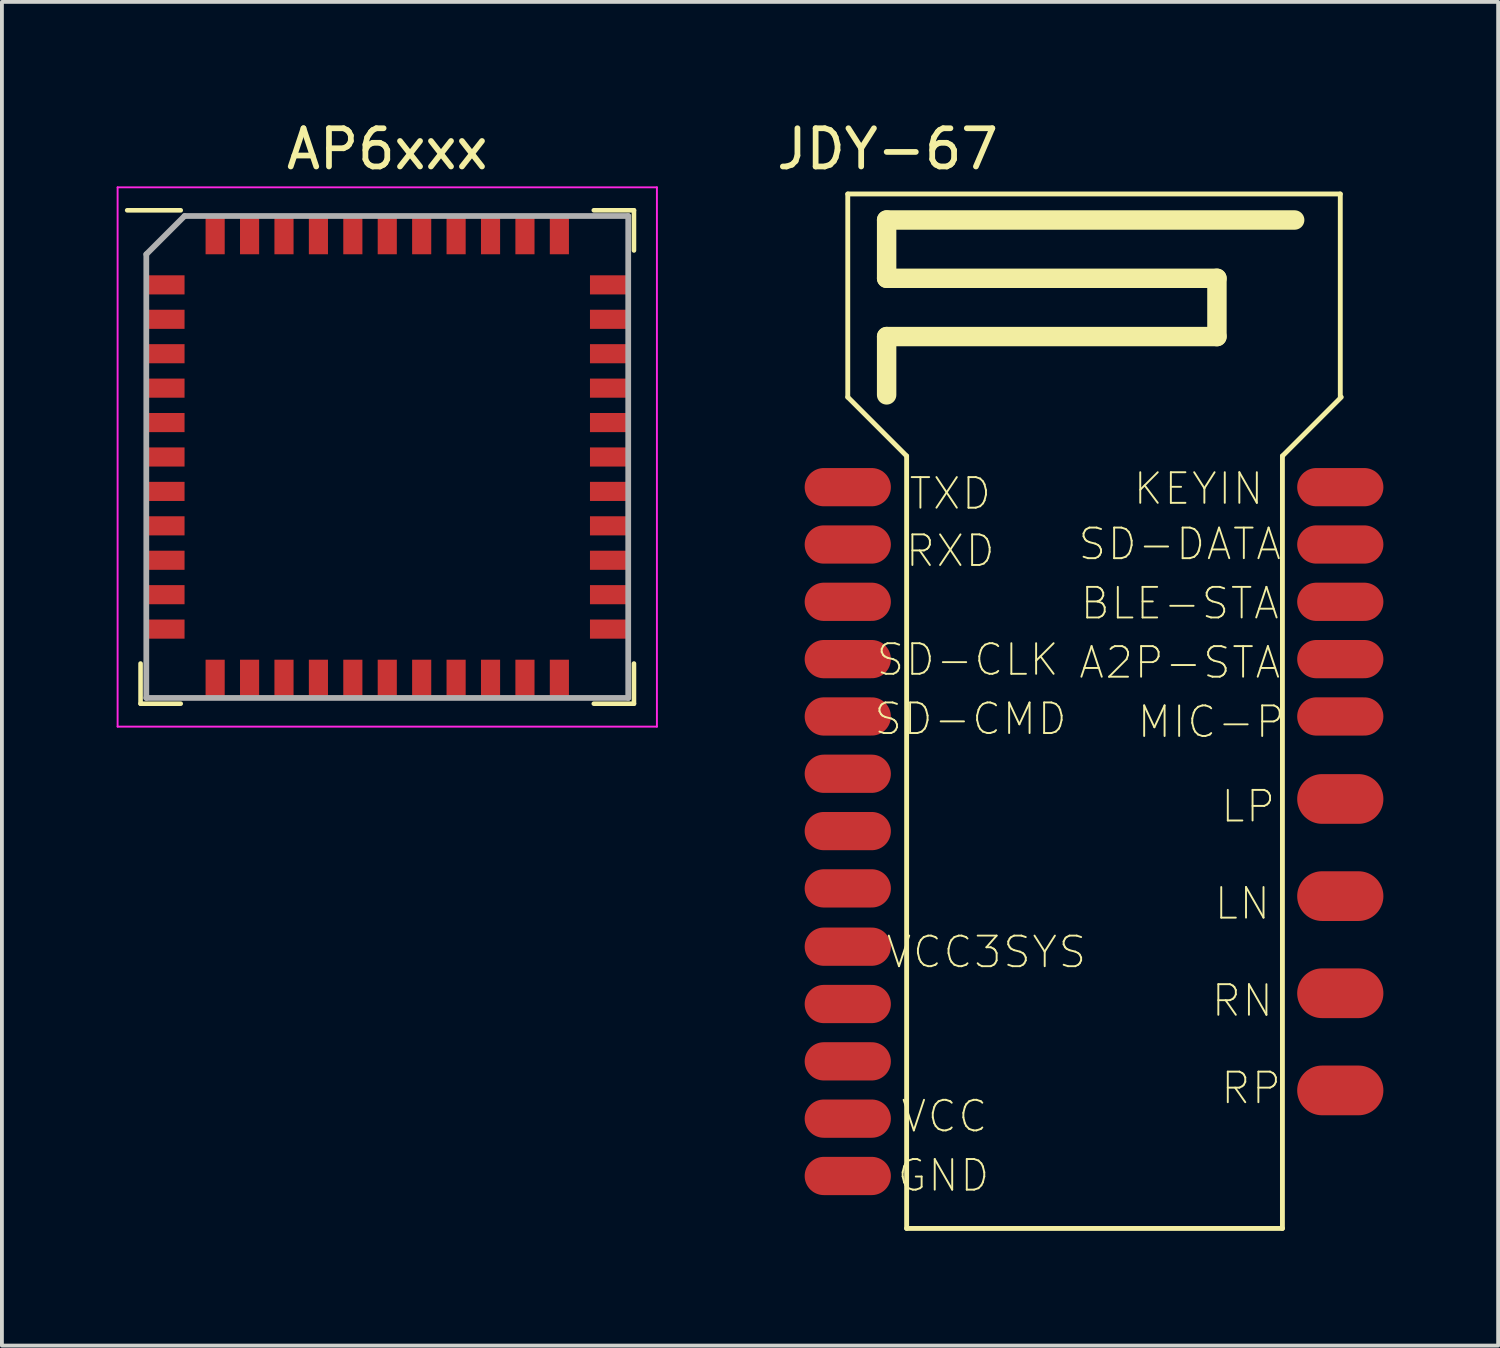
<source format=kicad_pcb>
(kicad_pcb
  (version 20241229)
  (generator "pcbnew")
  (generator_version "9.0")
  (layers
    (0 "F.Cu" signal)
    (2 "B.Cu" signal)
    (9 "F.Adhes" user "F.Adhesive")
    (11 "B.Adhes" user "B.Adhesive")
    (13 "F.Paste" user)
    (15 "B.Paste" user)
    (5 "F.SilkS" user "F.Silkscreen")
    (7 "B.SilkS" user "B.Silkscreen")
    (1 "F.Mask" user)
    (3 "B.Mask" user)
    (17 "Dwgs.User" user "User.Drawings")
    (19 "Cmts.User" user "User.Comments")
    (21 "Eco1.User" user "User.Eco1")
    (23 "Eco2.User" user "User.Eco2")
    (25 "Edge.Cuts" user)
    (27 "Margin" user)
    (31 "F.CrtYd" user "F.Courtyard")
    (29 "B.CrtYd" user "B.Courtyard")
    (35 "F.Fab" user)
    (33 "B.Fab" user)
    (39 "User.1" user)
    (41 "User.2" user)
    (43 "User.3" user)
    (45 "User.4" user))
  (footprint "JDY-67"
    (layer "F.Cu")
    (at 26.887 15.453)
    (property "Reference" "JDY-67" (at -6.731 -14.605 0) (layer "F.SilkS") (effects (font (size 1 1) (thickness 0.15))))
    (attr through_hole)
    (fp_line (start -7.772 -13.431) (end 5.105 -13.431) (stroke (width 0.127) (type solid)) (layer "F.SilkS"))
    (fp_line (start -7.772 -8.12) (end -7.772 -13.431) (stroke (width 0.127) (type solid)) (layer "F.SilkS"))
    (fp_line (start -7.772 -8.12) (end -6.233 -6.581) (stroke (width 0.127) (type solid)) (layer "F.SilkS"))
    (fp_line (start -6.756 -12.751) (end 3.912 -12.751) (stroke (width 0.508) (type solid)) (layer "F.SilkS"))
    (fp_line (start -6.756 -11.227) (end -6.756 -12.751) (stroke (width 0.508) (type solid)) (layer "F.SilkS"))
    (fp_line (start -6.756 -11.227) (end 1.88 -11.227) (stroke (width 0.508) (type solid)) (layer "F.SilkS"))
    (fp_line (start -6.756 -9.703) (end 1.88 -9.703) (stroke (width 0.508) (type solid)) (layer "F.SilkS"))
    (fp_line (start -6.756 -8.179) (end -6.756 -9.703) (stroke (width 0.508) (type solid)) (layer "F.SilkS"))
    (fp_line (start -6.233 13.614) (end -6.233 -6.581) (stroke (width 0.127) (type solid)) (layer "F.SilkS"))
    (fp_line (start -6.233 13.614) (end 3.592 13.614) (stroke (width 0.127) (type solid)) (layer "F.SilkS"))
    (fp_line (start 1.88 -9.703) (end 1.88 -11.227) (stroke (width 0.508) (type solid)) (layer "F.SilkS"))
    (fp_line (start 3.592 -6.581) (end 5.131 -8.12) (stroke (width 0.127) (type solid)) (layer "F.SilkS"))
    (fp_line (start 3.592 13.614) (end 3.592 -6.581) (stroke (width 0.127) (type solid)) (layer "F.SilkS"))
    (fp_line (start 5.105 -8.12) (end 5.105 -13.431) (stroke (width 0.127) (type solid)) (layer "F.SilkS"))
    (fp_text user "LN" (at 2.545 5.121 0) (layer "F.SilkS") (effects (font (size 0.8 0.8) (thickness 0.05))))
    (fp_text user "KEYIN" (at 1.399 -5.724 0) (layer "F.SilkS") (effects (font (size 0.8 0.8) (thickness 0.05))))
    (fp_text user "LP" (at 2.697 2.581 0) (layer "F.SilkS") (effects (font (size 0.8 0.8) (thickness 0.05))))
    (fp_text user "SD-CLK" (at -4.638 -1.254 0) (layer "F.SilkS") (effects (font (size 0.8 0.8) (thickness 0.05))))
    (fp_text user "RN" (at 2.545 7.661 0) (layer "F.SilkS") (effects (font (size 0.8 0.8) (thickness 0.05))))
    (fp_text user "SD-CMD" (at -4.562 0.295 0) (layer "F.SilkS") (effects (font (size 0.8 0.8) (thickness 0.05))))
    (fp_text user "RP" (at 2.773 9.947 0) (layer "F.SilkS") (effects (font (size 0.8 0.8) (thickness 0.05))))
    (fp_text user "GND" (at -5.27 12.233 0) (layer "F.SilkS") (effects (font (size 0.8 0.8) (thickness 0.05))))
    (fp_text user "VCC3SYS" (at -4.147 6.391 0) (layer "F.SilkS") (effects (font (size 0.8 0.8) (thickness 0.05))))
    (fp_text user "TXD" (at -5.092 -5.597 0) (layer "F.SilkS") (effects (font (size 0.8 0.8) (thickness 0.05))))
    (fp_text user "SD-DATA" (at 0.907 -4.277 0) (layer "F.SilkS") (effects (font (size 0.8 0.8) (thickness 0.05))))
    (fp_text user "A2P-STA" (at 0.907 -1.178 0) (layer "F.SilkS") (effects (font (size 0.8 0.8) (thickness 0.05))))
    (fp_text user "MIC-P" (at 1.73 0.372 0) (layer "F.SilkS") (effects (font (size 0.8 0.8) (thickness 0.05))))
    (fp_text user "RXD" (at -5.092 -4.099 0) (layer "F.SilkS") (effects (font (size 0.8 0.8) (thickness 0.05))))
    (fp_text user "VCC" (at -5.245 10.684 0) (layer "F.SilkS") (effects (font (size 0.8 0.8) (thickness 0.05))))
    (fp_text user "BLE-STA" (at 0.907 -2.727 0) (layer "F.SilkS") (effects (font (size 0.8 0.8) (thickness 0.05))))
    (pad "1" smd oval (at -7.772 -5.766) (size 2.254 1) (layers "F.Cu" "F.Mask" "F.Paste"))
    (pad "2" smd oval (at -7.772 -4.267) (size 2.254 1) (layers "F.Cu" "F.Mask" "F.Paste"))
    (pad "3" smd oval (at -7.772 -2.769) (size 2.254 1) (layers "F.Cu" "F.Mask" "F.Paste"))
    (pad "4" smd oval (at -7.772 -1.27) (size 2.254 1) (layers "F.Cu" "F.Mask" "F.Paste"))
    (pad "5" smd oval (at -7.772 0.229) (size 2.254 1) (layers "F.Cu" "F.Mask" "F.Paste"))
    (pad "6" smd oval (at -7.772 1.727) (size 2.254 1) (layers "F.Cu" "F.Mask" "F.Paste"))
    (pad "7" smd oval (at -7.772 3.226) (size 2.254 1) (layers "F.Cu" "F.Mask" "F.Paste"))
    (pad "8" smd oval (at -7.772 4.724) (size 2.254 1) (layers "F.Cu" "F.Mask" "F.Paste"))
    (pad "9" smd oval (at -7.772 6.248) (size 2.254 1) (layers "F.Cu" "F.Mask" "F.Paste"))
    (pad "10" smd oval (at -7.772 7.747) (size 2.254 1) (layers "F.Cu" "F.Mask" "F.Paste"))
    (pad "11" smd oval (at -7.772 9.246) (size 2.254 1) (layers "F.Cu" "F.Mask" "F.Paste"))
    (pad "12" smd oval (at -7.772 10.744) (size 2.254 1) (layers "F.Cu" "F.Mask" "F.Paste"))
    (pad "13" smd oval (at -7.772 12.243) (size 2.254 1) (layers "F.Cu" "F.Mask" "F.Paste"))
    (pad "14" smd oval (at 5.105 10.006) (size 2.254 1.3) (layers "F.Cu" "F.Mask" "F.Paste"))
    (pad "15" smd oval (at 5.105 7.466) (size 2.254 1.3) (layers "F.Cu" "F.Mask" "F.Paste"))
    (pad "16" smd oval (at 5.105 4.926) (size 2.254 1.3) (layers "F.Cu" "F.Mask" "F.Paste"))
    (pad "17" smd oval (at 5.105 2.386) (size 2.254 1.3) (layers "F.Cu" "F.Mask" "F.Paste"))
    (pad "18" smd oval (at 5.105 0.229) (size 2.254 1) (layers "F.Cu" "F.Mask" "F.Paste"))
    (pad "19" smd oval (at 5.105 -1.27) (size 2.254 1) (layers "F.Cu" "F.Mask" "F.Paste"))
    (pad "20" smd oval (at 5.105 -2.769) (size 2.254 1) (layers "F.Cu" "F.Mask" "F.Paste"))
    (pad "21" smd oval (at 5.105 -4.267) (size 2.254 1) (layers "F.Cu" "F.Mask" "F.Paste"))
    (pad "22" smd oval (at 5.105 -5.766) (size 2.254 1) (layers "F.Cu" "F.Mask" "F.Paste")))
  (footprint "AP6xxx"
    (layer "F.Cu")
    (at 7.075 8.898)
    (property "Reference" "AP6xxx" (at 0 -8.05 0) (layer "F.SilkS") (effects (font (size 1 1) (thickness 0.15))))
    (attr smd)
    (fp_line (start -6.45 6.45) (end -6.45 5.4) (stroke (width 0.12) (type solid)) (layer "F.SilkS"))
    (fp_line (start -5.4 -6.45) (end -6.8 -6.45) (stroke (width 0.12) (type solid)) (layer "F.SilkS"))
    (fp_line (start -5.4 6.45) (end -6.45 6.45) (stroke (width 0.12) (type solid)) (layer "F.SilkS"))
    (fp_line (start 5.4 -6.45) (end 6.45 -6.45) (stroke (width 0.12) (type solid)) (layer "F.SilkS"))
    (fp_line (start 5.4 6.45) (end 6.45 6.45) (stroke (width 0.12) (type solid)) (layer "F.SilkS"))
    (fp_line (start 6.45 -6.45) (end 6.45 -5.4) (stroke (width 0.12) (type solid)) (layer "F.SilkS"))
    (fp_line (start 6.45 6.45) (end 6.45 5.4) (stroke (width 0.12) (type solid)) (layer "F.SilkS"))
    (fp_line (start -7.05 -7.05) (end 7.05 -7.05) (stroke (width 0.05) (type solid)) (layer "F.CrtYd"))
    (fp_line (start -7.05 7.05) (end -7.05 -7.05) (stroke (width 0.05) (type solid)) (layer "F.CrtYd"))
    (fp_line (start 7.05 -7.05) (end 7.05 7.05) (stroke (width 0.05) (type solid)) (layer "F.CrtYd"))
    (fp_line (start 7.05 7.05) (end -7.05 7.05) (stroke (width 0.05) (type solid)) (layer "F.CrtYd"))
    (fp_line (start -6.3 -5.3) (end -6.3 6.3) (stroke (width 0.15) (type solid)) (layer "F.Fab"))
    (fp_line (start -6.3 6.3) (end 6.3 6.3) (stroke (width 0.15) (type solid)) (layer "F.Fab"))
    (fp_line (start -5.3 -6.3) (end -6.3 -5.3) (stroke (width 0.15) (type solid)) (layer "F.Fab"))
    (fp_line (start 6.3 -6.3) (end -5.3 -6.3) (stroke (width 0.15) (type solid)) (layer "F.Fab"))
    (fp_line (start 6.3 6.3) (end 6.3 -6.3) (stroke (width 0.15) (type solid)) (layer "F.Fab"))
    (pad "1" smd rect (at -5.8 -4.5 90) (size 0.5 1) (layers "F.Cu" "F.Mask" "F.Paste"))
    (pad "2" smd rect (at -5.8 -3.6 90) (size 0.5 1) (layers "F.Cu" "F.Mask" "F.Paste"))
    (pad "3" smd rect (at -5.8 -2.7 90) (size 0.5 1) (layers "F.Cu" "F.Mask" "F.Paste"))
    (pad "4" smd rect (at -5.8 -1.8 90) (size 0.5 1) (layers "F.Cu" "F.Mask" "F.Paste"))
    (pad "5" smd rect (at -5.8 -0.9 90) (size 0.5 1) (layers "F.Cu" "F.Mask" "F.Paste"))
    (pad "6" smd rect (at -5.8 0 90) (size 0.5 1) (layers "F.Cu" "F.Mask" "F.Paste"))
    (pad "7" smd rect (at -5.8 0.9 90) (size 0.5 1) (layers "F.Cu" "F.Mask" "F.Paste"))
    (pad "8" smd rect (at -5.8 1.8 90) (size 0.5 1) (layers "F.Cu" "F.Mask" "F.Paste"))
    (pad "9" smd rect (at -5.8 2.7 90) (size 0.5 1) (layers "F.Cu" "F.Mask" "F.Paste"))
    (pad "10" smd rect (at -5.8 3.6 90) (size 0.5 1) (layers "F.Cu" "F.Mask" "F.Paste"))
    (pad "11" smd rect (at -5.8 4.5 90) (size 0.5 1) (layers "F.Cu" "F.Mask" "F.Paste"))
    (pad "12" smd rect (at -4.5 5.8) (size 0.5 1) (layers "F.Cu" "F.Mask" "F.Paste"))
    (pad "13" smd rect (at -3.6 5.8) (size 0.5 1) (layers "F.Cu" "F.Mask" "F.Paste"))
    (pad "14" smd rect (at -2.7 5.8) (size 0.5 1) (layers "F.Cu" "F.Mask" "F.Paste"))
    (pad "15" smd rect (at -1.8 5.8) (size 0.5 1) (layers "F.Cu" "F.Mask" "F.Paste"))
    (pad "16" smd rect (at -0.9 5.8) (size 0.5 1) (layers "F.Cu" "F.Mask" "F.Paste"))
    (pad "17" smd rect (at 0 5.8) (size 0.5 1) (layers "F.Cu" "F.Mask" "F.Paste"))
    (pad "18" smd rect (at 0.9 5.8) (size 0.5 1) (layers "F.Cu" "F.Mask" "F.Paste"))
    (pad "19" smd rect (at 1.8 5.8) (size 0.5 1) (layers "F.Cu" "F.Mask" "F.Paste"))
    (pad "20" smd rect (at 2.7 5.8) (size 0.5 1) (layers "F.Cu" "F.Mask" "F.Paste"))
    (pad "21" smd rect (at 3.6 5.8) (size 0.5 1) (layers "F.Cu" "F.Mask" "F.Paste"))
    (pad "22" smd rect (at 4.5 5.8) (size 0.5 1) (layers "F.Cu" "F.Mask" "F.Paste"))
    (pad "23" smd rect (at 5.8 4.5 90) (size 0.5 1) (layers "F.Cu" "F.Mask" "F.Paste"))
    (pad "24" smd rect (at 5.8 3.6 90) (size 0.5 1) (layers "F.Cu" "F.Mask" "F.Paste"))
    (pad "25" smd rect (at 5.8 2.7 90) (size 0.5 1) (layers "F.Cu" "F.Mask" "F.Paste"))
    (pad "26" smd rect (at 5.8 1.8 90) (size 0.5 1) (layers "F.Cu" "F.Mask" "F.Paste"))
    (pad "27" smd rect (at 5.8 0.9 90) (size 0.5 1) (layers "F.Cu" "F.Mask" "F.Paste"))
    (pad "28" smd rect (at 5.8 0 90) (size 0.5 1) (layers "F.Cu" "F.Mask" "F.Paste"))
    (pad "29" smd rect (at 5.8 -0.9 90) (size 0.5 1) (layers "F.Cu" "F.Mask" "F.Paste"))
    (pad "30" smd rect (at 5.8 -1.8 90) (size 0.5 1) (layers "F.Cu" "F.Mask" "F.Paste"))
    (pad "31" smd rect (at 5.8 -2.7 90) (size 0.5 1) (layers "F.Cu" "F.Mask" "F.Paste"))
    (pad "32" smd rect (at 5.8 -3.6 90) (size 0.5 1) (layers "F.Cu" "F.Mask" "F.Paste"))
    (pad "33" smd rect (at 5.8 -4.5 90) (size 0.5 1) (layers "F.Cu" "F.Mask" "F.Paste"))
    (pad "34" smd rect (at 4.5 -5.8) (size 0.5 1) (layers "F.Cu" "F.Mask" "F.Paste"))
    (pad "35" smd rect (at 3.6 -5.8) (size 0.5 1) (layers "F.Cu" "F.Mask" "F.Paste"))
    (pad "36" smd rect (at 2.7 -5.8) (size 0.5 1) (layers "F.Cu" "F.Mask" "F.Paste"))
    (pad "37" smd rect (at 1.8 -5.8) (size 0.5 1) (layers "F.Cu" "F.Mask" "F.Paste"))
    (pad "38" smd rect (at 0.9 -5.8) (size 0.5 1) (layers "F.Cu" "F.Mask" "F.Paste"))
    (pad "39" smd rect (at 0 -5.8) (size 0.5 1) (layers "F.Cu" "F.Mask" "F.Paste"))
    (pad "40" smd rect (at -0.9 -5.8) (size 0.5 1) (layers "F.Cu" "F.Mask" "F.Paste"))
    (pad "41" smd rect (at -1.8 -5.8) (size 0.5 1) (layers "F.Cu" "F.Mask" "F.Paste"))
    (pad "42" smd rect (at -2.7 -5.8) (size 0.5 1) (layers "F.Cu" "F.Mask" "F.Paste"))
    (pad "43" smd rect (at -3.6 -5.8) (size 0.5 1) (layers "F.Cu" "F.Mask" "F.Paste"))
    (pad "44" smd rect (at -4.5 -5.8) (size 0.5 1) (layers "F.Cu" "F.Mask" "F.Paste")))
  (gr_rect
    (start -3 -3)
    (end 36.119 32.131)
    (stroke (width 0.1) (type default))
    (fill no)
    (layer "Edge.Cuts")))
</source>
